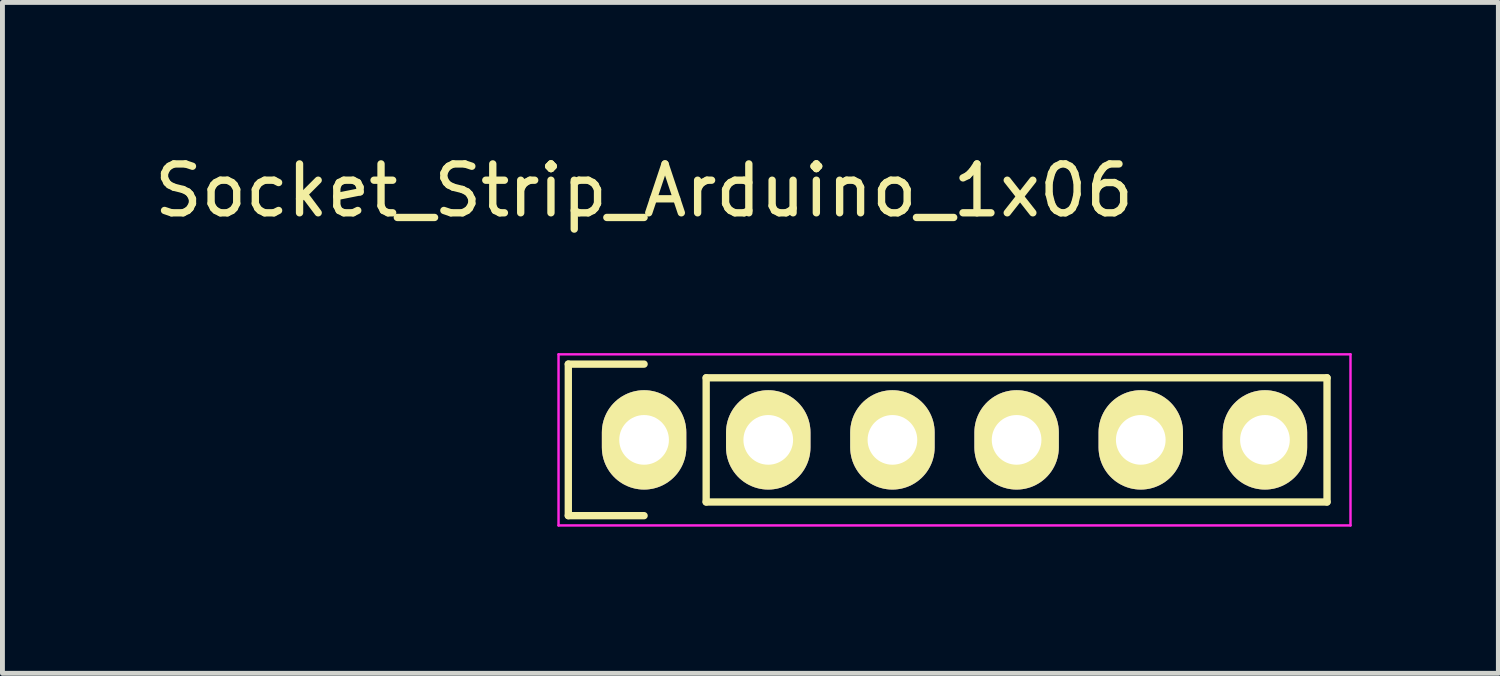
<source format=kicad_pcb>
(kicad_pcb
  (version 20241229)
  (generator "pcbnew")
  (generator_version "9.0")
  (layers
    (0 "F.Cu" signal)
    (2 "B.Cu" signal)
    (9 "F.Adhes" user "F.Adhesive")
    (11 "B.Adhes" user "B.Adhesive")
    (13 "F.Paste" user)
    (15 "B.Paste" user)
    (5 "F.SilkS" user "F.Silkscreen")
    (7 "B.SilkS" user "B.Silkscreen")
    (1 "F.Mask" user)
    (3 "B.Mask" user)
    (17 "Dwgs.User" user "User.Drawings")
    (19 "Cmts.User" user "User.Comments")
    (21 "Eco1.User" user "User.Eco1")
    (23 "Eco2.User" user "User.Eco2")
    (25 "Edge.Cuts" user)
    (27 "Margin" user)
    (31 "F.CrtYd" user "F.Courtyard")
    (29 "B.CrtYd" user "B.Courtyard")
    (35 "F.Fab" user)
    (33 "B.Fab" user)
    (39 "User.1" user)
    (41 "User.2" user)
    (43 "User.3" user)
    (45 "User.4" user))
  (footprint "Socket_Strip_Arduino_1x06"
    (layer "F.Cu")
    (at 10.125 5.948)
    (property "Reference" "Socket_Strip_Arduino_1x06" (at 0 -5.1 0) (layer "F.SilkS") (effects (font (size 1 1) (thickness 0.15))))
    (attr through_hole)
    (fp_line (start -1.55 -1.55) (end -1.55 1.55) (stroke (width 0.15) (type solid)) (layer "F.SilkS"))
    (fp_line (start -1.55 1.55) (end 0 1.55) (stroke (width 0.15) (type solid)) (layer "F.SilkS"))
    (fp_line (start 0 -1.55) (end -1.55 -1.55) (stroke (width 0.15) (type solid)) (layer "F.SilkS"))
    (fp_line (start 1.27 1.27) (end 1.27 -1.27) (stroke (width 0.15) (type solid)) (layer "F.SilkS"))
    (fp_line (start 1.27 1.27) (end 13.97 1.27) (stroke (width 0.15) (type solid)) (layer "F.SilkS"))
    (fp_line (start 13.97 -1.27) (end 1.27 -1.27) (stroke (width 0.15) (type solid)) (layer "F.SilkS"))
    (fp_line (start 13.97 1.27) (end 13.97 -1.27) (stroke (width 0.15) (type solid)) (layer "F.SilkS"))
    (fp_line (start -1.75 -1.75) (end -1.75 1.75) (stroke (width 0.05) (type solid)) (layer "F.CrtYd"))
    (fp_line (start -1.75 -1.75) (end 14.45 -1.75) (stroke (width 0.05) (type solid)) (layer "F.CrtYd"))
    (fp_line (start -1.75 1.75) (end 14.45 1.75) (stroke (width 0.05) (type solid)) (layer "F.CrtYd"))
    (fp_line (start 14.45 -1.75) (end 14.45 1.75) (stroke (width 0.05) (type solid)) (layer "F.CrtYd"))
    (pad "1" thru_hole oval (at 0 0) (size 1.727 2.032) (drill 1.016) (layers "*.Cu" "*.Mask" "F.SilkS"))
    (pad "2" thru_hole oval (at 2.54 0) (size 1.727 2.032) (drill 1.016) (layers "*.Cu" "*.Mask" "F.SilkS"))
    (pad "3" thru_hole oval (at 5.08 0) (size 1.727 2.032) (drill 1.016) (layers "*.Cu" "*.Mask" "F.SilkS"))
    (pad "4" thru_hole oval (at 7.62 0) (size 1.727 2.032) (drill 1.016) (layers "*.Cu" "*.Mask" "F.SilkS"))
    (pad "5" thru_hole oval (at 10.16 0) (size 1.727 2.032) (drill 1.016) (layers "*.Cu" "*.Mask" "F.SilkS"))
    (pad "6" thru_hole oval (at 12.7 0) (size 1.727 2.032) (drill 1.016) (layers "*.Cu" "*.Mask" "F.SilkS")))
  (gr_rect
    (start -3 -3)
    (end 27.6 10.723)
    (stroke (width 0.1) (type default))
    (fill no)
    (layer "Edge.Cuts")))
</source>
